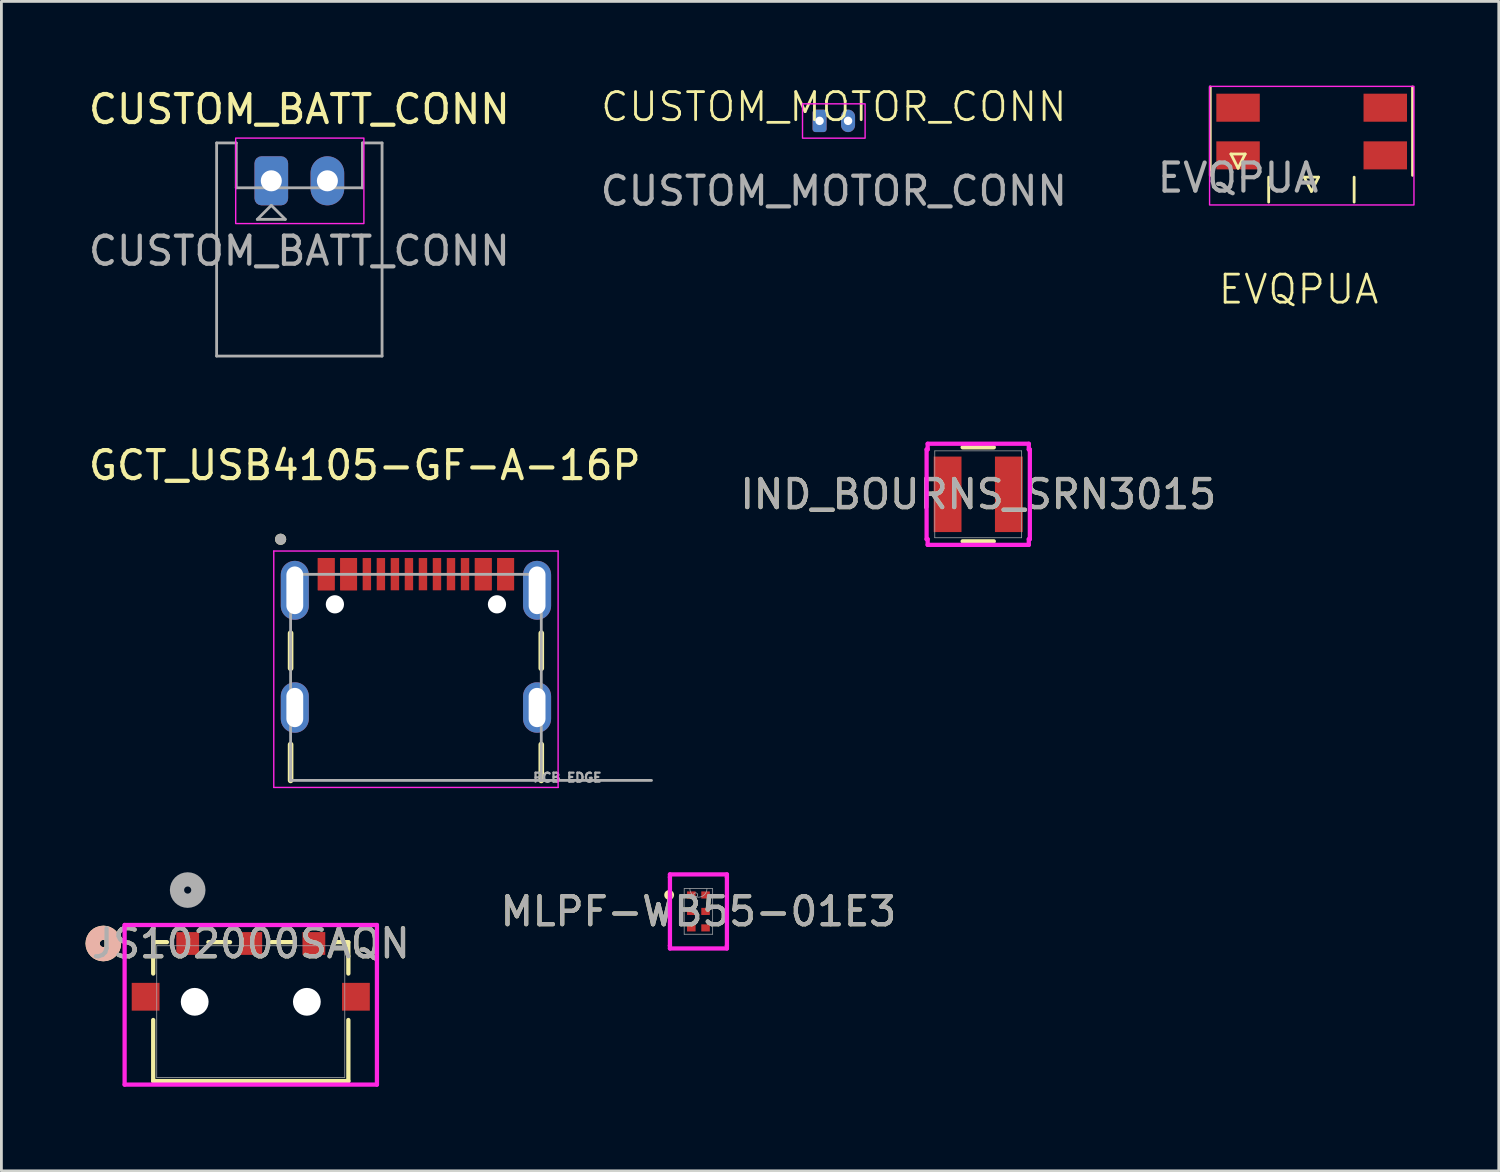
<source format=kicad_pcb>
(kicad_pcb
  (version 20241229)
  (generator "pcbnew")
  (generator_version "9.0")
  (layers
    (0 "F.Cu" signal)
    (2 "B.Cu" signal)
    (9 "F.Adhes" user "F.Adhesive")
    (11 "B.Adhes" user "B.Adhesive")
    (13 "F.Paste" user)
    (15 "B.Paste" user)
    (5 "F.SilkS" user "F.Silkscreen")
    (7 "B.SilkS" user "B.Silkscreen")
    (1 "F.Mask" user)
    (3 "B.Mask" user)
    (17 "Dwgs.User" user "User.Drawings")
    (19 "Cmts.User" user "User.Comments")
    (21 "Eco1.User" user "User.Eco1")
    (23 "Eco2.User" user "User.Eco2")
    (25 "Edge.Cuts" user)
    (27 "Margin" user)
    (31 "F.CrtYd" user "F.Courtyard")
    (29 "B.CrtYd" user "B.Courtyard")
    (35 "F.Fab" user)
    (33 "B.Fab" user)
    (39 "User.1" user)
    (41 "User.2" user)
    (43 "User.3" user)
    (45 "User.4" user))
  (footprint "CUSTOM_BATT_CONN"
    (layer "F.Cu")
    (at 6.625 3.398)
    (property "Reference" "CUSTOM_BATT_CONN" (at 1 -2.55 0) (layer "F.SilkS") (effects (font (size 1 1) (thickness 0.15))))
    (attr through_hole)
    (fp_rect (start -1.27 -1.524) (end 3.302 1.524) (stroke (width 0.05) (type default)) (fill no) (layer "F.CrtYd"))
    (fp_line (start -1.95 -1.35) (end -1.95 6.25) (stroke (width 0.1) (type solid)) (layer "F.Fab"))
    (fp_line (start -1.95 6.25) (end 3.95 6.25) (stroke (width 0.1) (type solid)) (layer "F.Fab"))
    (fp_line (start -1.25 -1.35) (end -1.95 -1.35) (stroke (width 0.1) (type solid)) (layer "F.Fab"))
    (fp_line (start -1.25 0.25) (end -1.25 -1.35) (stroke (width 0.1) (type solid)) (layer "F.Fab"))
    (fp_line (start -0.5 1.375) (end 0.5 1.375) (stroke (width 0.1) (type solid)) (layer "F.Fab"))
    (fp_line (start 0 0.875) (end -0.5 1.375) (stroke (width 0.1) (type solid)) (layer "F.Fab"))
    (fp_line (start 0.5 1.375) (end 0 0.875) (stroke (width 0.1) (type solid)) (layer "F.Fab"))
    (fp_line (start 3.25 -1.35) (end 3.25 0.25) (stroke (width 0.1) (type solid)) (layer "F.Fab"))
    (fp_line (start 3.25 0.25) (end -1.25 0.25) (stroke (width 0.1) (type solid)) (layer "F.Fab"))
    (fp_line (start 3.95 -1.35) (end 3.25 -1.35) (stroke (width 0.1) (type solid)) (layer "F.Fab"))
    (fp_line (start 3.95 6.25) (end 3.95 -1.35) (stroke (width 0.1) (type solid)) (layer "F.Fab"))
    (fp_text user "${REFERENCE}" (at 1 2.5 0) (layer "F.Fab") (effects (font (size 1 1) (thickness 0.15))))
    (pad "1" thru_hole roundrect (at 0 0) (size 1.2 1.75) (drill 0.75) (layers "*.Cu" "*.Mask") (roundrect_rratio 0.208))
    (pad "2" thru_hole oval (at 2 0) (size 1.2 1.75) (drill 0.75) (layers "*.Cu" "*.Mask")))
  (footprint "IND_BOURNS_SRN3015"
    (layer "F.Cu")
    (at 31.835 14.578)
    (property "Reference" "IND_BOURNS_SRN3015" (at 0 0 0) (unlocked yes) (layer "F.SilkS") (effects (font (size 1 1) (thickness 0.15))))
    (attr smd)
    (fp_line (start -0.556 1.676) (end 0.556 1.676) (stroke (width 0.152) (type solid)) (layer "F.SilkS"))
    (fp_line (start 0.556 -1.676) (end -0.556 -1.676) (stroke (width 0.152) (type solid)) (layer "F.SilkS"))
    (fp_line (start -1.841 -1.6) (end -1.803 -1.6) (stroke (width 0.152) (type solid)) (layer "F.CrtYd"))
    (fp_line (start -1.841 1.6) (end -1.841 -1.6) (stroke (width 0.152) (type solid)) (layer "F.CrtYd"))
    (fp_line (start -1.803 -1.803) (end 1.803 -1.803) (stroke (width 0.152) (type solid)) (layer "F.CrtYd"))
    (fp_line (start -1.803 -1.6) (end -1.803 -1.803) (stroke (width 0.152) (type solid)) (layer "F.CrtYd"))
    (fp_line (start -1.803 1.6) (end -1.841 1.6) (stroke (width 0.152) (type solid)) (layer "F.CrtYd"))
    (fp_line (start -1.803 1.803) (end -1.803 1.6) (stroke (width 0.152) (type solid)) (layer "F.CrtYd"))
    (fp_line (start 1.803 -1.803) (end 1.803 -1.6) (stroke (width 0.152) (type solid)) (layer "F.CrtYd"))
    (fp_line (start 1.803 -1.6) (end 1.841 -1.6) (stroke (width 0.152) (type solid)) (layer "F.CrtYd"))
    (fp_line (start 1.803 1.6) (end 1.803 1.803) (stroke (width 0.152) (type solid)) (layer "F.CrtYd"))
    (fp_line (start 1.803 1.803) (end -1.803 1.803) (stroke (width 0.152) (type solid)) (layer "F.CrtYd"))
    (fp_line (start 1.841 -1.6) (end 1.841 1.6) (stroke (width 0.152) (type solid)) (layer "F.CrtYd"))
    (fp_line (start 1.841 1.6) (end 1.803 1.6) (stroke (width 0.152) (type solid)) (layer "F.CrtYd"))
    (fp_line (start -1.549 -1.549) (end -1.549 1.549) (stroke (width 0.025) (type solid)) (layer "F.Fab"))
    (fp_line (start -1.549 1.549) (end 1.549 1.549) (stroke (width 0.025) (type solid)) (layer "F.Fab"))
    (fp_line (start 1.549 -1.549) (end -1.549 -1.549) (stroke (width 0.025) (type solid)) (layer "F.Fab"))
    (fp_line (start 1.549 1.549) (end 1.549 -1.549) (stroke (width 0.025) (type solid)) (layer "F.Fab"))
    (fp_circle (center -1.473 0) (end -1.473 0) (stroke (width 0.025) (type solid)) (fill no) (layer "F.Fab"))
    (fp_text user "${REFERENCE}" (at 0 0 0) (unlocked yes) (layer "F.Fab") (effects (font (size 1 1) (thickness 0.15))))
    (pad "1" smd rect (at -1.092 0) (size 0.991 2.692) (layers "F.Cu" "F.Mask" "F.Paste"))
    (pad "2" smd rect (at 1.092 0) (size 0.991 2.692) (layers "F.Cu" "F.Mask" "F.Paste"))
    (zone (net_name "") (layer "F.Cu") (hatch full 0.508) (connect_pads) (min_thickness 0.254) (filled_areas_thickness no) (keepout (tracks not_allowed) (vias not_allowed) (pads allowed) (copperpour not_allowed) (footprints allowed)) (placement (enabled no)) (fill) (polygon (pts (xy 31.288 13.079) (xy 32.381 13.079) (xy 32.381 16.076) (xy 31.288 16.076)))))
  (footprint "CUSTOM_MOTOR_CONN"
    (layer "F.Cu")
    (at 26.685 1.26)
    (property "Reference" "CUSTOM_MOTOR_CONN" (at 0 -0.5 0) (unlocked yes) (layer "F.SilkS") (effects (font (size 1 1) (thickness 0.1))))
    (attr smd)
    (fp_rect (start -1.116 -0.608) (end 1.116 0.617) (stroke (width 0.05) (type default)) (fill no) (layer "F.CrtYd"))
    (fp_text user "${REFERENCE}" (at 0 2.5 0) (unlocked yes) (layer "F.Fab") (effects (font (size 1 1) (thickness 0.15))))
    (pad "1" thru_hole roundrect (at -0.508 0) (size 0.5 0.8) (drill 0.3) (layers "*.Cu" "*.Mask") (roundrect_rratio 0.208))
    (pad "2" thru_hole oval (at 0.508 0) (size 0.5 0.8) (drill 0.3) (layers "*.Cu" "*.Mask")))
  (footprint "JS102000SAQN"
    (layer "F.Cu")
    (at 5.893 33.026)
    (property "Reference" "JS102000SAQN" (at 0 -2.43 0) (unlocked yes) (layer "F.SilkS") (effects (font (size 1 1) (thickness 0.15))))
    (attr smd)
    (fp_line (start -3.48 -2.477) (end -3.48 -1.358) (stroke (width 0.152) (type solid)) (layer "F.SilkS"))
    (fp_line (start -3.48 0.299) (end -3.48 2.477) (stroke (width 0.152) (type solid)) (layer "F.SilkS"))
    (fp_line (start -3.48 2.477) (end 3.48 2.477) (stroke (width 0.152) (type solid)) (layer "F.SilkS"))
    (fp_line (start -2.989 -2.477) (end -3.48 -2.477) (stroke (width 0.152) (type solid)) (layer "F.SilkS"))
    (fp_line (start -0.739 -2.477) (end -1.511 -2.477) (stroke (width 0.152) (type solid)) (layer "F.SilkS"))
    (fp_line (start 1.511 -2.477) (end 0.739 -2.477) (stroke (width 0.152) (type solid)) (layer "F.SilkS"))
    (fp_line (start 3.48 -2.477) (end 2.989 -2.477) (stroke (width 0.152) (type solid)) (layer "F.SilkS"))
    (fp_line (start 3.48 -1.358) (end 3.48 -2.477) (stroke (width 0.152) (type solid)) (layer "F.SilkS"))
    (fp_line (start 3.48 2.477) (end 3.48 0.299) (stroke (width 0.152) (type solid)) (layer "F.SilkS"))
    (fp_circle (center -5.258 -2.43) (end -4.877 -2.43) (stroke (width 0.508) (type solid)) (fill no) (layer "F.SilkS"))
    (fp_circle (center -5.258 -2.43) (end -4.877 -2.43) (stroke (width 0.508) (type solid)) (fill no) (layer "B.SilkS"))
    (fp_line (start -4.499 -3.09) (end -4.499 2.603) (stroke (width 0.152) (type solid)) (layer "F.CrtYd"))
    (fp_line (start -4.499 2.603) (end 4.499 2.603) (stroke (width 0.152) (type solid)) (layer "F.CrtYd"))
    (fp_line (start 4.499 -3.09) (end -4.499 -3.09) (stroke (width 0.152) (type solid)) (layer "F.CrtYd"))
    (fp_line (start 4.499 2.603) (end 4.499 -3.09) (stroke (width 0.152) (type solid)) (layer "F.CrtYd"))
    (fp_line (start -3.353 -2.349) (end -3.353 2.349) (stroke (width 0.025) (type solid)) (layer "F.Fab"))
    (fp_line (start -3.353 2.349) (end 3.353 2.349) (stroke (width 0.025) (type solid)) (layer "F.Fab"))
    (fp_line (start 3.353 -2.349) (end -3.353 -2.349) (stroke (width 0.025) (type solid)) (layer "F.Fab"))
    (fp_line (start 3.353 2.349) (end 3.353 -2.349) (stroke (width 0.025) (type solid)) (layer "F.Fab"))
    (fp_circle (center -2.25 -4.335) (end -1.869 -4.335) (stroke (width 0.508) (type solid)) (fill no) (layer "F.Fab"))
    (fp_text user "${REFERENCE}" (at 0 -2.43 0) (unlocked yes) (layer "F.Fab") (effects (font (size 1 1) (thickness 0.15))))
    (pad "" np_thru_hole circle (at -2 -0.35 90) (size 0.991 0.991) (drill 0.991) (layers "*.Cu" "*.Mask"))
    (pad "" np_thru_hole circle (at 2 -0.35 90) (size 0.991 0.991) (drill 0.991) (layers "*.Cu" "*.Mask"))
    (pad "1" smd rect (at -2.25 -2.43) (size 0.813 0.813) (layers "F.Cu" "F.Mask" "F.Paste"))
    (pad "2" smd rect (at 0 -2.43) (size 0.813 0.813) (layers "F.Cu" "F.Mask" "F.Paste"))
    (pad "3" smd rect (at 2.25 -2.43) (size 0.813 0.813) (layers "F.Cu" "F.Mask" "F.Paste"))
    (pad "4" smd rect (at -3.75 -0.53 90) (size 0.991 0.991) (layers "F.Cu" "F.Mask" "F.Paste"))
    (pad "5" smd rect (at 3.75 -0.53 90) (size 0.991 0.991) (layers "F.Cu" "F.Mask" "F.Paste")))
  (footprint "MLPF-WB55-01E3"
    (layer "F.Cu")
    (at 21.857 29.453)
    (property "Reference" "MLPF-WB55-01E3" (at 0 0 0) (unlocked yes) (layer "F.SilkS") (effects (font (size 1 1) (thickness 0.15))))
    (attr smd)
    (fp_circle (center -1.044 -0.587) (end -0.943 -0.587) (stroke (width 0.152) (type solid)) (fill no) (layer "F.SilkS"))
    (fp_line (start -1.016 -1.321) (end 1.016 -1.321) (stroke (width 0.152) (type solid)) (layer "F.CrtYd"))
    (fp_line (start -1.016 -1.222) (end -1.016 -1.321) (stroke (width 0.152) (type solid)) (layer "F.CrtYd"))
    (fp_line (start -1.016 -1.222) (end -1.016 -1.222) (stroke (width 0.152) (type solid)) (layer "F.CrtYd"))
    (fp_line (start -1.016 1.222) (end -1.016 -1.222) (stroke (width 0.152) (type solid)) (layer "F.CrtYd"))
    (fp_line (start -1.016 1.222) (end -1.016 1.222) (stroke (width 0.152) (type solid)) (layer "F.CrtYd"))
    (fp_line (start -1.016 1.321) (end -1.016 1.222) (stroke (width 0.152) (type solid)) (layer "F.CrtYd"))
    (fp_line (start 1.016 -1.321) (end 1.016 -1.222) (stroke (width 0.152) (type solid)) (layer "F.CrtYd"))
    (fp_line (start 1.016 -1.222) (end 1.016 -1.222) (stroke (width 0.152) (type solid)) (layer "F.CrtYd"))
    (fp_line (start 1.016 -1.222) (end 1.016 1.222) (stroke (width 0.152) (type solid)) (layer "F.CrtYd"))
    (fp_line (start 1.016 1.222) (end 1.016 1.222) (stroke (width 0.152) (type solid)) (layer "F.CrtYd"))
    (fp_line (start 1.016 1.222) (end 1.016 1.321) (stroke (width 0.152) (type solid)) (layer "F.CrtYd"))
    (fp_line (start 1.016 1.321) (end -1.016 1.321) (stroke (width 0.152) (type solid)) (layer "F.CrtYd"))
    (fp_line (start -0.508 -0.813) (end -0.508 0.813) (stroke (width 0.025) (type solid)) (layer "F.Fab"))
    (fp_line (start -0.508 0.813) (end 0.508 0.813) (stroke (width 0.025) (type solid)) (layer "F.Fab"))
    (fp_line (start 0.508 -0.813) (end -0.508 -0.813) (stroke (width 0.025) (type solid)) (layer "F.Fab"))
    (fp_line (start 0.508 0.813) (end 0.508 -0.813) (stroke (width 0.025) (type solid)) (layer "F.Fab"))
    (fp_arc (start 0.3048 -0.8128) (mid 0 -0.508) (end -0.3048 -0.8128) (stroke (width 0.0254) (type solid)) (layer "F.Fab"))
    (fp_circle (center -0.102 -0.587) (end -0.025 -0.587) (stroke (width 0.025) (type solid)) (fill no) (layer "F.Fab"))
    (fp_text user "${REFERENCE}" (at 0 0 0) (unlocked yes) (layer "F.Fab") (effects (font (size 1 1) (thickness 0.15))))
    (pad "1" smd rect (at -0.254 -0.587) (size 0.305 0.254) (layers "F.Cu" "F.Mask" "F.Paste"))
    (pad "2" smd rect (at -0.254 0) (size 0.305 0.254) (layers "F.Cu" "F.Mask" "F.Paste"))
    (pad "3" smd rect (at -0.254 0.587) (size 0.305 0.254) (layers "F.Cu" "F.Mask" "F.Paste"))
    (pad "4" smd rect (at 0.254 0.587) (size 0.305 0.254) (layers "F.Cu" "F.Mask" "F.Paste"))
    (pad "5" smd rect (at 0.254 0) (size 0.305 0.254) (layers "F.Cu" "F.Mask" "F.Paste"))
    (pad "6" smd rect (at 0.254 -0.587) (size 0.305 0.254) (layers "F.Cu" "F.Mask" "F.Paste")))
  (footprint "EVQPUA"
    (layer "F.Cu")
    (at 41.101 0.791)
    (property "Reference" "EVQPUA" (at 2.159 6.477 0) (unlocked yes) (layer "F.SilkS") (effects (font (size 1 1) (thickness 0.1))))
    (attr smd)
    (fp_line (start -0.991 -0.741) (end -0.991 2.413) (stroke (width 0.1) (type default)) (layer "F.SilkS"))
    (fp_line (start -0.254 1.651) (end 0.254 1.651) (stroke (width 0.1) (type default)) (layer "F.SilkS"))
    (fp_line (start 0 2.159) (end -0.254 1.651) (stroke (width 0.1) (type default)) (layer "F.SilkS"))
    (fp_line (start 0.254 1.651) (end 0 2.159) (stroke (width 0.1) (type default)) (layer "F.SilkS"))
    (fp_line (start 1.092 2.477) (end 1.092 3.366) (stroke (width 0.1) (type default)) (layer "F.SilkS"))
    (fp_line (start 2.362 2.477) (end 2.87 2.477) (stroke (width 0.1) (type default)) (layer "F.SilkS"))
    (fp_line (start 2.616 2.985) (end 2.362 2.477) (stroke (width 0.1) (type default)) (layer "F.SilkS"))
    (fp_line (start 2.87 2.477) (end 2.616 2.985) (stroke (width 0.1) (type default)) (layer "F.SilkS"))
    (fp_line (start 4.14 2.477) (end 4.14 3.366) (stroke (width 0.1) (type default)) (layer "F.SilkS"))
    (fp_line (start 6.223 2.413) (end 6.223 -0.741) (stroke (width 0.1) (type default)) (layer "F.SilkS"))
    (fp_rect (start -1.016 -0.762) (end 6.273 3.468) (stroke (width 0.05) (type default)) (fill no) (layer "F.CrtYd"))
    (fp_text user "${REFERENCE}" (at 0 2.5 0) (unlocked yes) (layer "F.Fab") (effects (font (size 1 1) (thickness 0.15))))
    (pad "1" smd rect (at 0 1.7) (size 1.55 1) (layers "F.Cu" "F.Mask" "F.Paste"))
    (pad "1" smd rect (at 5.25 1.7) (size 1.55 1) (layers "F.Cu" "F.Mask" "F.Paste"))
    (pad "2" smd rect (at 0 0) (size 1.55 1) (layers "F.Cu" "F.Mask" "F.Paste"))
    (pad "2" smd rect (at 5.25 0) (size 1.55 1) (layers "F.Cu" "F.Mask" "F.Paste")))
  (footprint "GCT_USB4105-GF-A-16P"
    (layer "F.Cu")
    (at 11.783 22.181)
    (property "Reference" "GCT_USB4105-GF-A-16P" (at -1.825 -8.635 0) (layer "F.SilkS") (effects (font (size 1 1) (thickness 0.15))))
    (attr smd)
    (fp_poly (pts (xy -3.55 -5.38) (xy -2.85 -5.38) (xy -2.85 -4.13) (xy -3.55 -4.13)) (stroke (width 0.01) (type solid)) (fill yes) (layer "F.Mask"))
    (fp_poly (pts (xy -2.75 -5.38) (xy -2.05 -5.38) (xy -2.05 -4.13) (xy -2.75 -4.13)) (stroke (width 0.01) (type solid)) (fill yes) (layer "F.Mask"))
    (fp_poly (pts (xy -1.95 -5.38) (xy -1.55 -5.38) (xy -1.55 -4.13) (xy -1.95 -4.13)) (stroke (width 0.01) (type solid)) (fill yes) (layer "F.Mask"))
    (fp_poly (pts (xy -1.45 -5.38) (xy -1.05 -5.38) (xy -1.05 -4.13) (xy -1.45 -4.13)) (stroke (width 0.01) (type solid)) (fill yes) (layer "F.Mask"))
    (fp_poly (pts (xy -0.95 -5.38) (xy -0.55 -5.38) (xy -0.55 -4.13) (xy -0.95 -4.13)) (stroke (width 0.01) (type solid)) (fill yes) (layer "F.Mask"))
    (fp_poly (pts (xy -0.45 -5.38) (xy -0.05 -5.38) (xy -0.05 -4.13) (xy -0.45 -4.13)) (stroke (width 0.01) (type solid)) (fill yes) (layer "F.Mask"))
    (fp_poly (pts (xy 0.05 -5.38) (xy 0.45 -5.38) (xy 0.45 -4.13) (xy 0.05 -4.13)) (stroke (width 0.01) (type solid)) (fill yes) (layer "F.Mask"))
    (fp_poly (pts (xy 0.55 -5.38) (xy 0.95 -5.38) (xy 0.95 -4.13) (xy 0.55 -4.13)) (stroke (width 0.01) (type solid)) (fill yes) (layer "F.Mask"))
    (fp_poly (pts (xy 1.05 -5.38) (xy 1.45 -5.38) (xy 1.45 -4.13) (xy 1.05 -4.13)) (stroke (width 0.01) (type solid)) (fill yes) (layer "F.Mask"))
    (fp_poly (pts (xy 1.55 -5.38) (xy 1.95 -5.38) (xy 1.95 -4.13) (xy 1.55 -4.13)) (stroke (width 0.01) (type solid)) (fill yes) (layer "F.Mask"))
    (fp_poly (pts (xy 2.05 -5.38) (xy 2.75 -5.38) (xy 2.75 -4.13) (xy 2.05 -4.13)) (stroke (width 0.01) (type solid)) (fill yes) (layer "F.Mask"))
    (fp_poly (pts (xy 2.85 -5.38) (xy 3.55 -5.38) (xy 3.55 -4.13) (xy 2.85 -4.13)) (stroke (width 0.01) (type solid)) (fill yes) (layer "F.Mask"))
    (fp_line (start -4.47 -2.65) (end -4.47 -1.4) (stroke (width 0.2) (type solid)) (layer "F.SilkS"))
    (fp_line (start -4.47 1.32) (end -4.47 2.6) (stroke (width 0.2) (type solid)) (layer "F.SilkS"))
    (fp_line (start 4.47 -2.65) (end 4.47 -1.4) (stroke (width 0.2) (type solid)) (layer "F.SilkS"))
    (fp_line (start 4.47 2.6) (end 4.47 1.32) (stroke (width 0.2) (type solid)) (layer "F.SilkS"))
    (fp_circle (center -4.826 -6) (end -4.726 -6) (stroke (width 0.2) (type solid)) (fill no) (layer "F.SilkS"))
    (fp_line (start -5.07 -5.58) (end -5.07 2.85) (stroke (width 0.05) (type solid)) (layer "F.CrtYd"))
    (fp_line (start -5.07 2.85) (end 5.07 2.85) (stroke (width 0.05) (type solid)) (layer "F.CrtYd"))
    (fp_line (start 5.07 -5.58) (end -5.07 -5.58) (stroke (width 0.05) (type solid)) (layer "F.CrtYd"))
    (fp_line (start 5.07 2.85) (end 5.07 -5.58) (stroke (width 0.05) (type solid)) (layer "F.CrtYd"))
    (fp_line (start -4.47 -4.75) (end 4.47 -4.75) (stroke (width 0.1) (type solid)) (layer "F.Fab"))
    (fp_line (start -4.47 2.6) (end -4.47 -4.75) (stroke (width 0.1) (type solid)) (layer "F.Fab"))
    (fp_line (start 4.47 -4.75) (end 4.47 2.6) (stroke (width 0.1) (type solid)) (layer "F.Fab"))
    (fp_line (start 4.47 2.6) (end -4.47 2.6) (stroke (width 0.1) (type solid)) (layer "F.Fab"))
    (fp_line (start 4.47 2.6) (end 8.4 2.6) (stroke (width 0.1) (type solid)) (layer "F.Fab"))
    (fp_circle (center -4.826 -6) (end -4.726 -6) (stroke (width 0.2) (type solid)) (fill no) (layer "F.Fab"))
    (fp_text user "PCB EDGE" (at 5.4 2.5 0) (layer "F.Fab") (effects (font (size 0.32 0.32) (thickness 0.15))))
    (pad "" np_thru_hole circle (at -2.89 -3.68) (size 0.65 0.65) (drill 0.65) (layers "*.Cu" "*.Mask"))
    (pad "" np_thru_hole circle (at 2.89 -3.68) (size 0.65 0.65) (drill 0.65) (layers "*.Cu" "*.Mask"))
    (pad "A1" smd rect (at -3.2 -4.755) (size 0.6 1.15) (layers "F.Cu" "F.Paste"))
    (pad "A4" smd rect (at -2.4 -4.755) (size 0.6 1.15) (layers "F.Cu" "F.Paste"))
    (pad "A5" smd rect (at -1.25 -4.755) (size 0.3 1.15) (layers "F.Cu" "F.Paste"))
    (pad "A6" smd rect (at -0.25 -4.755) (size 0.3 1.15) (layers "F.Cu" "F.Paste"))
    (pad "A7" smd rect (at 0.25 -4.755) (size 0.3 1.15) (layers "F.Cu" "F.Paste"))
    (pad "A8" smd rect (at 1.25 -4.755) (size 0.3 1.15) (layers "F.Cu" "F.Paste"))
    (pad "A9" smd rect (at 2.4 -4.755) (size 0.6 1.15) (layers "F.Cu" "F.Paste"))
    (pad "A12" smd rect (at 3.2 -4.755) (size 0.6 1.15) (layers "F.Cu" "F.Paste"))
    (pad "B1" smd rect (at 3.2 -4.755) (size 0.6 1.15) (layers "F.Cu" "F.Paste"))
    (pad "B4" smd rect (at 2.4 -4.755) (size 0.6 1.15) (layers "F.Cu" "F.Paste"))
    (pad "B5" smd rect (at 1.75 -4.755) (size 0.3 1.15) (layers "F.Cu" "F.Paste"))
    (pad "B6" smd rect (at 0.75 -4.755) (size 0.3 1.15) (layers "F.Cu" "F.Paste"))
    (pad "B7" smd rect (at -0.75 -4.755) (size 0.3 1.15) (layers "F.Cu" "F.Paste"))
    (pad "B8" smd rect (at -1.75 -4.755) (size 0.3 1.15) (layers "F.Cu" "F.Paste"))
    (pad "B9" smd rect (at -2.4 -4.755) (size 0.6 1.15) (layers "F.Cu" "F.Paste"))
    (pad "B12" smd rect (at -3.2 -4.755) (size 0.6 1.15) (layers "F.Cu" "F.Paste"))
    (pad "S1" thru_hole oval (at -4.32 -4.18) (size 1 2.1) (drill oval 0.6 1.7) (layers "*.Cu" "*.Mask"))
    (pad "S1" thru_hole oval (at -4.32 0) (size 1 1.8) (drill oval 0.6 1.4) (layers "*.Cu" "*.Mask"))
    (pad "S1" thru_hole oval (at 4.32 -4.18) (size 1 2.1) (drill oval 0.6 1.7) (layers "*.Cu" "*.Mask"))
    (pad "S1" thru_hole oval (at 4.32 0) (size 1 1.8) (drill oval 0.6 1.4) (layers "*.Cu" "*.Mask")))
  (gr_rect
    (start -3 -3)
    (end 50.399 38.706)
    (stroke (width 0.1) (type default))
    (fill no)
    (layer "Edge.Cuts")))
</source>
